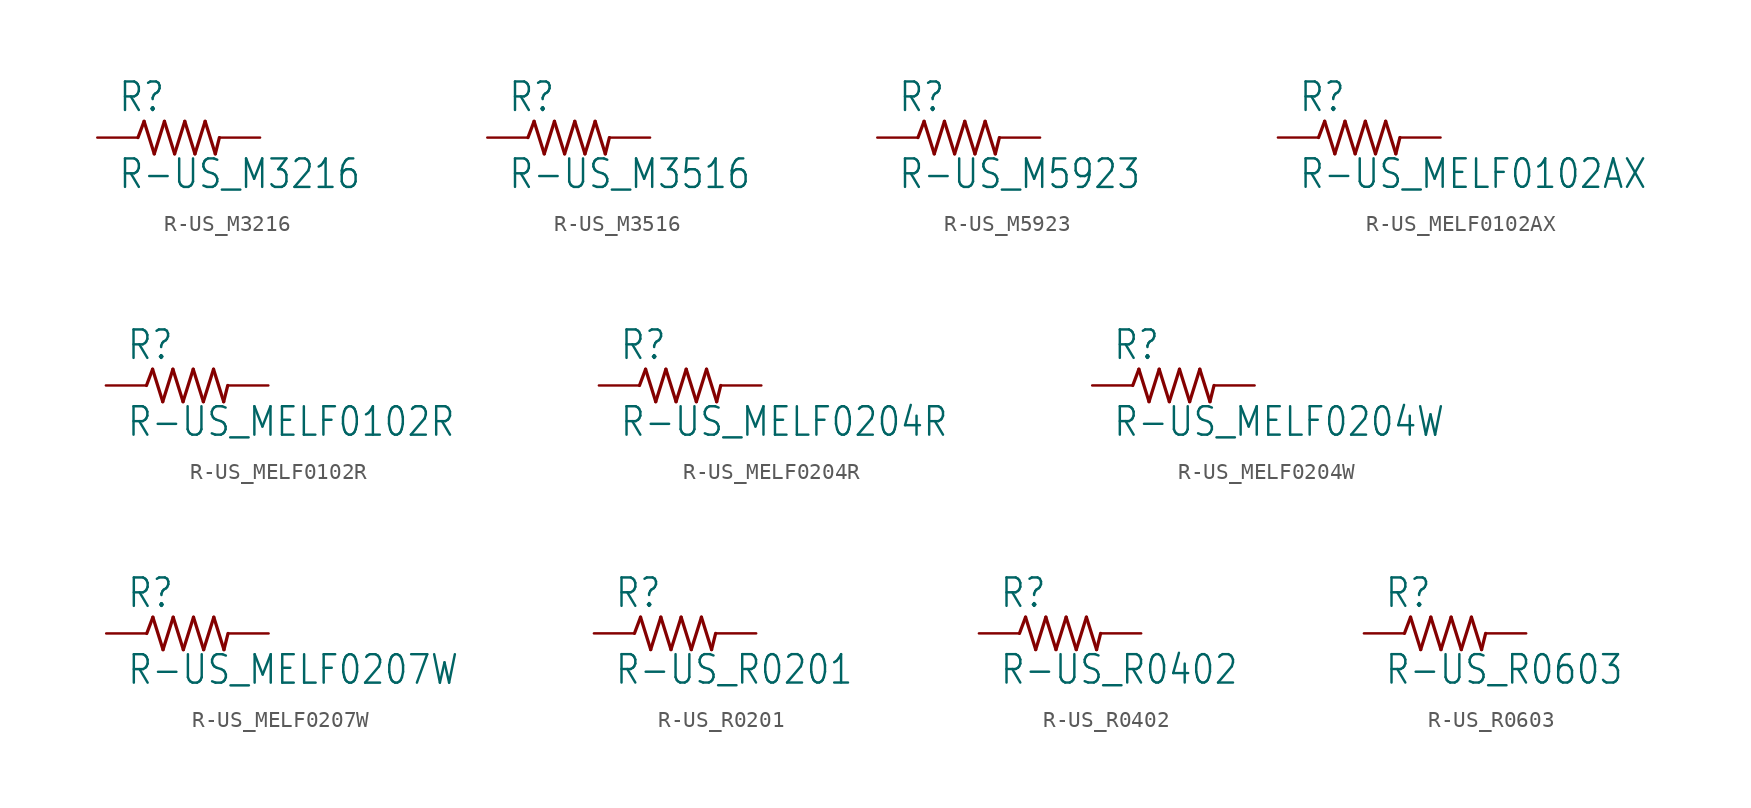
<source format=kicad_sym>
(kicad_symbol_lib
  (version 20211014)
  (generator kicad_symbol_editor)
  (symbol "R-US_M3216"
    (property "Reference" "R"
      (at -3.81 1.499 0)
      (effects (font (size 1.778 1.511)) (justify left bottom)))
    (property "Value" "R-US_M3216"
      (at -3.81 -3.302 0)
      (effects (font (size 1.778 1.511)) (justify left bottom)))
    (property "ki_locked" ""
      (at 0 0 0)
      (effects (font (size 1.27 1.27))))
    (symbol "R-US_M3216_1_0"
      (polyline (pts (xy -2.54 0) (xy -2.159 1.016)) (stroke (width 0.203) (type default)) (fill (type none)))
      (polyline (pts (xy -2.159 1.016) (xy -1.524 -1.016)) (stroke (width 0.203) (type default)) (fill (type none)))
      (polyline (pts (xy -1.524 -1.016) (xy -0.889 1.016)) (stroke (width 0.203) (type default)) (fill (type none)))
      (polyline (pts (xy -0.889 1.016) (xy -0.254 -1.016)) (stroke (width 0.203) (type default)) (fill (type none)))
      (polyline (pts (xy -0.254 -1.016) (xy 0.381 1.016)) (stroke (width 0.203) (type default)) (fill (type none)))
      (polyline (pts (xy 0.381 1.016) (xy 1.016 -1.016)) (stroke (width 0.203) (type default)) (fill (type none)))
      (polyline (pts (xy 1.016 -1.016) (xy 1.651 1.016)) (stroke (width 0.203) (type default)) (fill (type none)))
      (polyline (pts (xy 1.651 1.016) (xy 2.286 -1.016)) (stroke (width 0.203) (type default)) (fill (type none)))
      (polyline (pts (xy 2.286 -1.016) (xy 2.54 0)) (stroke (width 0.203) (type default)) (fill (type none)))
      (pin passive line (at -5.08 0 0) (length 2.54) (name "1" (effects (font (size 0 0)))) (number "1" (effects (font (size 0 0)))))
      (pin passive line (at 5.08 0 180) (length 2.54) (name "2" (effects (font (size 0 0)))) (number "2" (effects (font (size 0 0)))))))
  (symbol "R-US_M3516"
    (property "Reference" "R"
      (at -3.81 1.499 0)
      (effects (font (size 1.778 1.511)) (justify left bottom)))
    (property "Value" "R-US_M3516"
      (at -3.81 -3.302 0)
      (effects (font (size 1.778 1.511)) (justify left bottom)))
    (property "ki_locked" ""
      (at 0 0 0)
      (effects (font (size 1.27 1.27))))
    (symbol "R-US_M3516_1_0"
      (polyline (pts (xy -2.54 0) (xy -2.159 1.016)) (stroke (width 0.203) (type default)) (fill (type none)))
      (polyline (pts (xy -2.159 1.016) (xy -1.524 -1.016)) (stroke (width 0.203) (type default)) (fill (type none)))
      (polyline (pts (xy -1.524 -1.016) (xy -0.889 1.016)) (stroke (width 0.203) (type default)) (fill (type none)))
      (polyline (pts (xy -0.889 1.016) (xy -0.254 -1.016)) (stroke (width 0.203) (type default)) (fill (type none)))
      (polyline (pts (xy -0.254 -1.016) (xy 0.381 1.016)) (stroke (width 0.203) (type default)) (fill (type none)))
      (polyline (pts (xy 0.381 1.016) (xy 1.016 -1.016)) (stroke (width 0.203) (type default)) (fill (type none)))
      (polyline (pts (xy 1.016 -1.016) (xy 1.651 1.016)) (stroke (width 0.203) (type default)) (fill (type none)))
      (polyline (pts (xy 1.651 1.016) (xy 2.286 -1.016)) (stroke (width 0.203) (type default)) (fill (type none)))
      (polyline (pts (xy 2.286 -1.016) (xy 2.54 0)) (stroke (width 0.203) (type default)) (fill (type none)))
      (pin passive line (at -5.08 0 0) (length 2.54) (name "1" (effects (font (size 0 0)))) (number "1" (effects (font (size 0 0)))))
      (pin passive line (at 5.08 0 180) (length 2.54) (name "2" (effects (font (size 0 0)))) (number "2" (effects (font (size 0 0)))))))
  (symbol "R-US_M5923"
    (property "Reference" "R"
      (at -3.81 1.499 0)
      (effects (font (size 1.778 1.511)) (justify left bottom)))
    (property "Value" "R-US_M5923"
      (at -3.81 -3.302 0)
      (effects (font (size 1.778 1.511)) (justify left bottom)))
    (property "ki_locked" ""
      (at 0 0 0)
      (effects (font (size 1.27 1.27))))
    (symbol "R-US_M5923_1_0"
      (polyline (pts (xy -2.54 0) (xy -2.159 1.016)) (stroke (width 0.203) (type default)) (fill (type none)))
      (polyline (pts (xy -2.159 1.016) (xy -1.524 -1.016)) (stroke (width 0.203) (type default)) (fill (type none)))
      (polyline (pts (xy -1.524 -1.016) (xy -0.889 1.016)) (stroke (width 0.203) (type default)) (fill (type none)))
      (polyline (pts (xy -0.889 1.016) (xy -0.254 -1.016)) (stroke (width 0.203) (type default)) (fill (type none)))
      (polyline (pts (xy -0.254 -1.016) (xy 0.381 1.016)) (stroke (width 0.203) (type default)) (fill (type none)))
      (polyline (pts (xy 0.381 1.016) (xy 1.016 -1.016)) (stroke (width 0.203) (type default)) (fill (type none)))
      (polyline (pts (xy 1.016 -1.016) (xy 1.651 1.016)) (stroke (width 0.203) (type default)) (fill (type none)))
      (polyline (pts (xy 1.651 1.016) (xy 2.286 -1.016)) (stroke (width 0.203) (type default)) (fill (type none)))
      (polyline (pts (xy 2.286 -1.016) (xy 2.54 0)) (stroke (width 0.203) (type default)) (fill (type none)))
      (pin passive line (at -5.08 0 0) (length 2.54) (name "1" (effects (font (size 0 0)))) (number "1" (effects (font (size 0 0)))))
      (pin passive line (at 5.08 0 180) (length 2.54) (name "2" (effects (font (size 0 0)))) (number "2" (effects (font (size 0 0)))))))
  (symbol "R-US_MELF0102AX"
    (property "Reference" "R"
      (at -3.81 1.499 0)
      (effects (font (size 1.778 1.511)) (justify left bottom)))
    (property "Value" "R-US_MELF0102AX"
      (at -3.81 -3.302 0)
      (effects (font (size 1.778 1.511)) (justify left bottom)))
    (property "ki_locked" ""
      (at 0 0 0)
      (effects (font (size 1.27 1.27))))
    (symbol "R-US_MELF0102AX_1_0"
      (polyline (pts (xy -2.54 0) (xy -2.159 1.016)) (stroke (width 0.203) (type default)) (fill (type none)))
      (polyline (pts (xy -2.159 1.016) (xy -1.524 -1.016)) (stroke (width 0.203) (type default)) (fill (type none)))
      (polyline (pts (xy -1.524 -1.016) (xy -0.889 1.016)) (stroke (width 0.203) (type default)) (fill (type none)))
      (polyline (pts (xy -0.889 1.016) (xy -0.254 -1.016)) (stroke (width 0.203) (type default)) (fill (type none)))
      (polyline (pts (xy -0.254 -1.016) (xy 0.381 1.016)) (stroke (width 0.203) (type default)) (fill (type none)))
      (polyline (pts (xy 0.381 1.016) (xy 1.016 -1.016)) (stroke (width 0.203) (type default)) (fill (type none)))
      (polyline (pts (xy 1.016 -1.016) (xy 1.651 1.016)) (stroke (width 0.203) (type default)) (fill (type none)))
      (polyline (pts (xy 1.651 1.016) (xy 2.286 -1.016)) (stroke (width 0.203) (type default)) (fill (type none)))
      (polyline (pts (xy 2.286 -1.016) (xy 2.54 0)) (stroke (width 0.203) (type default)) (fill (type none)))
      (pin passive line (at -5.08 0 0) (length 2.54) (name "1" (effects (font (size 0 0)))) (number "1" (effects (font (size 0 0)))))
      (pin passive line (at 5.08 0 180) (length 2.54) (name "2" (effects (font (size 0 0)))) (number "2" (effects (font (size 0 0)))))))
  (symbol "R-US_MELF0102R"
    (property "Reference" "R"
      (at -3.81 1.499 0)
      (effects (font (size 1.778 1.511)) (justify left bottom)))
    (property "Value" "R-US_MELF0102R"
      (at -3.81 -3.302 0)
      (effects (font (size 1.778 1.511)) (justify left bottom)))
    (property "ki_locked" ""
      (at 0 0 0)
      (effects (font (size 1.27 1.27))))
    (symbol "R-US_MELF0102R_1_0"
      (polyline (pts (xy -2.54 0) (xy -2.159 1.016)) (stroke (width 0.203) (type default)) (fill (type none)))
      (polyline (pts (xy -2.159 1.016) (xy -1.524 -1.016)) (stroke (width 0.203) (type default)) (fill (type none)))
      (polyline (pts (xy -1.524 -1.016) (xy -0.889 1.016)) (stroke (width 0.203) (type default)) (fill (type none)))
      (polyline (pts (xy -0.889 1.016) (xy -0.254 -1.016)) (stroke (width 0.203) (type default)) (fill (type none)))
      (polyline (pts (xy -0.254 -1.016) (xy 0.381 1.016)) (stroke (width 0.203) (type default)) (fill (type none)))
      (polyline (pts (xy 0.381 1.016) (xy 1.016 -1.016)) (stroke (width 0.203) (type default)) (fill (type none)))
      (polyline (pts (xy 1.016 -1.016) (xy 1.651 1.016)) (stroke (width 0.203) (type default)) (fill (type none)))
      (polyline (pts (xy 1.651 1.016) (xy 2.286 -1.016)) (stroke (width 0.203) (type default)) (fill (type none)))
      (polyline (pts (xy 2.286 -1.016) (xy 2.54 0)) (stroke (width 0.203) (type default)) (fill (type none)))
      (pin passive line (at -5.08 0 0) (length 2.54) (name "1" (effects (font (size 0 0)))) (number "1" (effects (font (size 0 0)))))
      (pin passive line (at 5.08 0 180) (length 2.54) (name "2" (effects (font (size 0 0)))) (number "2" (effects (font (size 0 0)))))))
  (symbol "R-US_MELF0204R"
    (property "Reference" "R"
      (at -3.81 1.499 0)
      (effects (font (size 1.778 1.511)) (justify left bottom)))
    (property "Value" "R-US_MELF0204R"
      (at -3.81 -3.302 0)
      (effects (font (size 1.778 1.511)) (justify left bottom)))
    (property "ki_locked" ""
      (at 0 0 0)
      (effects (font (size 1.27 1.27))))
    (symbol "R-US_MELF0204R_1_0"
      (polyline (pts (xy -2.54 0) (xy -2.159 1.016)) (stroke (width 0.203) (type default)) (fill (type none)))
      (polyline (pts (xy -2.159 1.016) (xy -1.524 -1.016)) (stroke (width 0.203) (type default)) (fill (type none)))
      (polyline (pts (xy -1.524 -1.016) (xy -0.889 1.016)) (stroke (width 0.203) (type default)) (fill (type none)))
      (polyline (pts (xy -0.889 1.016) (xy -0.254 -1.016)) (stroke (width 0.203) (type default)) (fill (type none)))
      (polyline (pts (xy -0.254 -1.016) (xy 0.381 1.016)) (stroke (width 0.203) (type default)) (fill (type none)))
      (polyline (pts (xy 0.381 1.016) (xy 1.016 -1.016)) (stroke (width 0.203) (type default)) (fill (type none)))
      (polyline (pts (xy 1.016 -1.016) (xy 1.651 1.016)) (stroke (width 0.203) (type default)) (fill (type none)))
      (polyline (pts (xy 1.651 1.016) (xy 2.286 -1.016)) (stroke (width 0.203) (type default)) (fill (type none)))
      (polyline (pts (xy 2.286 -1.016) (xy 2.54 0)) (stroke (width 0.203) (type default)) (fill (type none)))
      (pin passive line (at -5.08 0 0) (length 2.54) (name "1" (effects (font (size 0 0)))) (number "1" (effects (font (size 0 0)))))
      (pin passive line (at 5.08 0 180) (length 2.54) (name "2" (effects (font (size 0 0)))) (number "2" (effects (font (size 0 0)))))))
  (symbol "R-US_MELF0204W"
    (property "Reference" "R"
      (at -3.81 1.499 0)
      (effects (font (size 1.778 1.511)) (justify left bottom)))
    (property "Value" "R-US_MELF0204W"
      (at -3.81 -3.302 0)
      (effects (font (size 1.778 1.511)) (justify left bottom)))
    (property "ki_locked" ""
      (at 0 0 0)
      (effects (font (size 1.27 1.27))))
    (symbol "R-US_MELF0204W_1_0"
      (polyline (pts (xy -2.54 0) (xy -2.159 1.016)) (stroke (width 0.203) (type default)) (fill (type none)))
      (polyline (pts (xy -2.159 1.016) (xy -1.524 -1.016)) (stroke (width 0.203) (type default)) (fill (type none)))
      (polyline (pts (xy -1.524 -1.016) (xy -0.889 1.016)) (stroke (width 0.203) (type default)) (fill (type none)))
      (polyline (pts (xy -0.889 1.016) (xy -0.254 -1.016)) (stroke (width 0.203) (type default)) (fill (type none)))
      (polyline (pts (xy -0.254 -1.016) (xy 0.381 1.016)) (stroke (width 0.203) (type default)) (fill (type none)))
      (polyline (pts (xy 0.381 1.016) (xy 1.016 -1.016)) (stroke (width 0.203) (type default)) (fill (type none)))
      (polyline (pts (xy 1.016 -1.016) (xy 1.651 1.016)) (stroke (width 0.203) (type default)) (fill (type none)))
      (polyline (pts (xy 1.651 1.016) (xy 2.286 -1.016)) (stroke (width 0.203) (type default)) (fill (type none)))
      (polyline (pts (xy 2.286 -1.016) (xy 2.54 0)) (stroke (width 0.203) (type default)) (fill (type none)))
      (pin passive line (at -5.08 0 0) (length 2.54) (name "1" (effects (font (size 0 0)))) (number "1" (effects (font (size 0 0)))))
      (pin passive line (at 5.08 0 180) (length 2.54) (name "2" (effects (font (size 0 0)))) (number "2" (effects (font (size 0 0)))))))
  (symbol "R-US_MELF0207W"
    (property "Reference" "R"
      (at -3.81 1.499 0)
      (effects (font (size 1.778 1.511)) (justify left bottom)))
    (property "Value" "R-US_MELF0207W"
      (at -3.81 -3.302 0)
      (effects (font (size 1.778 1.511)) (justify left bottom)))
    (property "ki_locked" ""
      (at 0 0 0)
      (effects (font (size 1.27 1.27))))
    (symbol "R-US_MELF0207W_1_0"
      (polyline (pts (xy -2.54 0) (xy -2.159 1.016)) (stroke (width 0.203) (type default)) (fill (type none)))
      (polyline (pts (xy -2.159 1.016) (xy -1.524 -1.016)) (stroke (width 0.203) (type default)) (fill (type none)))
      (polyline (pts (xy -1.524 -1.016) (xy -0.889 1.016)) (stroke (width 0.203) (type default)) (fill (type none)))
      (polyline (pts (xy -0.889 1.016) (xy -0.254 -1.016)) (stroke (width 0.203) (type default)) (fill (type none)))
      (polyline (pts (xy -0.254 -1.016) (xy 0.381 1.016)) (stroke (width 0.203) (type default)) (fill (type none)))
      (polyline (pts (xy 0.381 1.016) (xy 1.016 -1.016)) (stroke (width 0.203) (type default)) (fill (type none)))
      (polyline (pts (xy 1.016 -1.016) (xy 1.651 1.016)) (stroke (width 0.203) (type default)) (fill (type none)))
      (polyline (pts (xy 1.651 1.016) (xy 2.286 -1.016)) (stroke (width 0.203) (type default)) (fill (type none)))
      (polyline (pts (xy 2.286 -1.016) (xy 2.54 0)) (stroke (width 0.203) (type default)) (fill (type none)))
      (pin passive line (at -5.08 0 0) (length 2.54) (name "1" (effects (font (size 0 0)))) (number "1" (effects (font (size 0 0)))))
      (pin passive line (at 5.08 0 180) (length 2.54) (name "2" (effects (font (size 0 0)))) (number "2" (effects (font (size 0 0)))))))
  (symbol "R-US_R0201"
    (property "Reference" "R"
      (at -3.81 1.499 0)
      (effects (font (size 1.778 1.511)) (justify left bottom)))
    (property "Value" "R-US_R0201"
      (at -3.81 -3.302 0)
      (effects (font (size 1.778 1.511)) (justify left bottom)))
    (property "ki_locked" ""
      (at 0 0 0)
      (effects (font (size 1.27 1.27))))
    (symbol "R-US_R0201_1_0"
      (polyline (pts (xy -2.54 0) (xy -2.159 1.016)) (stroke (width 0.203) (type default)) (fill (type none)))
      (polyline (pts (xy -2.159 1.016) (xy -1.524 -1.016)) (stroke (width 0.203) (type default)) (fill (type none)))
      (polyline (pts (xy -1.524 -1.016) (xy -0.889 1.016)) (stroke (width 0.203) (type default)) (fill (type none)))
      (polyline (pts (xy -0.889 1.016) (xy -0.254 -1.016)) (stroke (width 0.203) (type default)) (fill (type none)))
      (polyline (pts (xy -0.254 -1.016) (xy 0.381 1.016)) (stroke (width 0.203) (type default)) (fill (type none)))
      (polyline (pts (xy 0.381 1.016) (xy 1.016 -1.016)) (stroke (width 0.203) (type default)) (fill (type none)))
      (polyline (pts (xy 1.016 -1.016) (xy 1.651 1.016)) (stroke (width 0.203) (type default)) (fill (type none)))
      (polyline (pts (xy 1.651 1.016) (xy 2.286 -1.016)) (stroke (width 0.203) (type default)) (fill (type none)))
      (polyline (pts (xy 2.286 -1.016) (xy 2.54 0)) (stroke (width 0.203) (type default)) (fill (type none)))
      (pin passive line (at -5.08 0 0) (length 2.54) (name "1" (effects (font (size 0 0)))) (number "1" (effects (font (size 0 0)))))
      (pin passive line (at 5.08 0 180) (length 2.54) (name "2" (effects (font (size 0 0)))) (number "2" (effects (font (size 0 0)))))))
  (symbol "R-US_R0402"
    (property "Reference" "R"
      (at -3.81 1.499 0)
      (effects (font (size 1.778 1.511)) (justify left bottom)))
    (property "Value" "R-US_R0402"
      (at -3.81 -3.302 0)
      (effects (font (size 1.778 1.511)) (justify left bottom)))
    (property "ki_locked" ""
      (at 0 0 0)
      (effects (font (size 1.27 1.27))))
    (symbol "R-US_R0402_1_0"
      (polyline (pts (xy -2.54 0) (xy -2.159 1.016)) (stroke (width 0.203) (type default)) (fill (type none)))
      (polyline (pts (xy -2.159 1.016) (xy -1.524 -1.016)) (stroke (width 0.203) (type default)) (fill (type none)))
      (polyline (pts (xy -1.524 -1.016) (xy -0.889 1.016)) (stroke (width 0.203) (type default)) (fill (type none)))
      (polyline (pts (xy -0.889 1.016) (xy -0.254 -1.016)) (stroke (width 0.203) (type default)) (fill (type none)))
      (polyline (pts (xy -0.254 -1.016) (xy 0.381 1.016)) (stroke (width 0.203) (type default)) (fill (type none)))
      (polyline (pts (xy 0.381 1.016) (xy 1.016 -1.016)) (stroke (width 0.203) (type default)) (fill (type none)))
      (polyline (pts (xy 1.016 -1.016) (xy 1.651 1.016)) (stroke (width 0.203) (type default)) (fill (type none)))
      (polyline (pts (xy 1.651 1.016) (xy 2.286 -1.016)) (stroke (width 0.203) (type default)) (fill (type none)))
      (polyline (pts (xy 2.286 -1.016) (xy 2.54 0)) (stroke (width 0.203) (type default)) (fill (type none)))
      (pin passive line (at -5.08 0 0) (length 2.54) (name "1" (effects (font (size 0 0)))) (number "1" (effects (font (size 0 0)))))
      (pin passive line (at 5.08 0 180) (length 2.54) (name "2" (effects (font (size 0 0)))) (number "2" (effects (font (size 0 0)))))))
  (symbol "R-US_R0603"
    (property "Reference" "R"
      (at -3.81 1.499 0)
      (effects (font (size 1.778 1.511)) (justify left bottom)))
    (property "Value" "R-US_R0603"
      (at -3.81 -3.302 0)
      (effects (font (size 1.778 1.511)) (justify left bottom)))
    (property "ki_locked" ""
      (at 0 0 0)
      (effects (font (size 1.27 1.27))))
    (symbol "R-US_R0603_1_0"
      (polyline (pts (xy -2.54 0) (xy -2.159 1.016)) (stroke (width 0.203) (type default)) (fill (type none)))
      (polyline (pts (xy -2.159 1.016) (xy -1.524 -1.016)) (stroke (width 0.203) (type default)) (fill (type none)))
      (polyline (pts (xy -1.524 -1.016) (xy -0.889 1.016)) (stroke (width 0.203) (type default)) (fill (type none)))
      (polyline (pts (xy -0.889 1.016) (xy -0.254 -1.016)) (stroke (width 0.203) (type default)) (fill (type none)))
      (polyline (pts (xy -0.254 -1.016) (xy 0.381 1.016)) (stroke (width 0.203) (type default)) (fill (type none)))
      (polyline (pts (xy 0.381 1.016) (xy 1.016 -1.016)) (stroke (width 0.203) (type default)) (fill (type none)))
      (polyline (pts (xy 1.016 -1.016) (xy 1.651 1.016)) (stroke (width 0.203) (type default)) (fill (type none)))
      (polyline (pts (xy 1.651 1.016) (xy 2.286 -1.016)) (stroke (width 0.203) (type default)) (fill (type none)))
      (polyline (pts (xy 2.286 -1.016) (xy 2.54 0)) (stroke (width 0.203) (type default)) (fill (type none)))
      (pin passive line (at -5.08 0 0) (length 2.54) (name "1" (effects (font (size 0 0)))) (number "1" (effects (font (size 0 0)))))
      (pin passive line (at 5.08 0 180) (length 2.54) (name "2" (effects (font (size 0 0)))) (number "2" (effects (font (size 0 0))))))))
</source>
